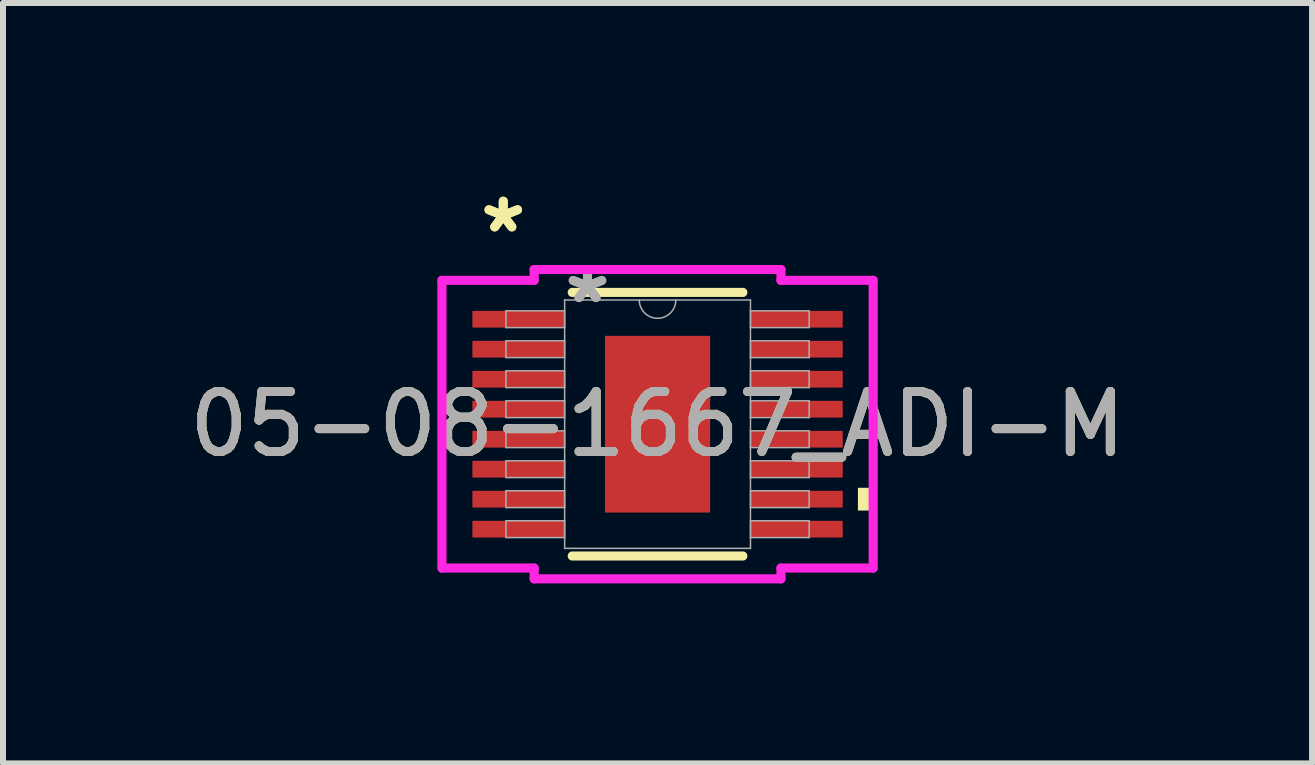
<source format=kicad_pcb>
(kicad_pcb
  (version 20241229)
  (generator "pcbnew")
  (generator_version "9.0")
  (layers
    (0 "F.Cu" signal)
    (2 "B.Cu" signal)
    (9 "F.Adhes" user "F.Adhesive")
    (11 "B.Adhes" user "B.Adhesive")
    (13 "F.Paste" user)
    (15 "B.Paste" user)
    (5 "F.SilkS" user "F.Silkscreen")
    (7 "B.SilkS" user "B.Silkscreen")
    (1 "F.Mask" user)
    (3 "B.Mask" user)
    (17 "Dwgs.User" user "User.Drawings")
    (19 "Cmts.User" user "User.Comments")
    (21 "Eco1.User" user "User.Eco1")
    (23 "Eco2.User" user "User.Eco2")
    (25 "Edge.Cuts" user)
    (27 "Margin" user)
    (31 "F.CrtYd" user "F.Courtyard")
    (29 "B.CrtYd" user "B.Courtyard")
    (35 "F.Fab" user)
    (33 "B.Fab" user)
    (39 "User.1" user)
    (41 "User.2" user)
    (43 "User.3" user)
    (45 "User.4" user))
  (footprint "05-08-1667_ADI-M"
    (layer "F.Cu")
    (at 7.911 4.021)
    (property "Reference" "05-08-1667_ADI-M" (at 0 0 0) (unlocked yes) (layer "F.SilkS") (effects (font (size 1 1) (thickness 0.15))))
    (attr smd)
    (fp_line (start -1.422 2.197) (end 1.422 2.197) (stroke (width 0.152) (type solid)) (layer "F.SilkS"))
    (fp_line (start 1.422 -2.197) (end -1.422 -2.197) (stroke (width 0.152) (type solid)) (layer "F.SilkS"))
    (fp_poly (pts (xy 3.594 1.06) (xy 3.594 1.44) (xy 3.34 1.44) (xy 3.34 1.06)) (stroke (width 0) (type solid)) (fill yes) (layer "F.SilkS"))
    (fp_poly (pts (xy -0.776 -1.373) (xy -0.776 -0.1) (xy 0.776 -0.1) (xy 0.776 -1.373)) (stroke (width 0) (type solid)) (fill yes) (layer "F.Paste"))
    (fp_poly (pts (xy -0.776 0.1) (xy -0.776 1.373) (xy 0.776 1.373) (xy 0.776 0.1)) (stroke (width 0) (type solid)) (fill yes) (layer "F.Paste"))
    (fp_line (start -3.594 -2.398) (end -2.057 -2.398) (stroke (width 0.152) (type solid)) (layer "F.CrtYd"))
    (fp_line (start -3.594 2.398) (end -3.594 -2.398) (stroke (width 0.152) (type solid)) (layer "F.CrtYd"))
    (fp_line (start -3.594 2.398) (end -2.057 2.398) (stroke (width 0.152) (type solid)) (layer "F.CrtYd"))
    (fp_line (start -2.057 -2.578) (end 2.057 -2.578) (stroke (width 0.152) (type solid)) (layer "F.CrtYd"))
    (fp_line (start -2.057 -2.398) (end -2.057 -2.578) (stroke (width 0.152) (type solid)) (layer "F.CrtYd"))
    (fp_line (start -2.057 2.578) (end -2.057 2.398) (stroke (width 0.152) (type solid)) (layer "F.CrtYd"))
    (fp_line (start 2.057 -2.578) (end 2.057 -2.398) (stroke (width 0.152) (type solid)) (layer "F.CrtYd"))
    (fp_line (start 2.057 2.398) (end 2.057 2.578) (stroke (width 0.152) (type solid)) (layer "F.CrtYd"))
    (fp_line (start 2.057 2.578) (end -2.057 2.578) (stroke (width 0.152) (type solid)) (layer "F.CrtYd"))
    (fp_line (start 3.594 -2.398) (end 2.057 -2.398) (stroke (width 0.152) (type solid)) (layer "F.CrtYd"))
    (fp_line (start 3.594 -2.398) (end 3.594 2.398) (stroke (width 0.152) (type solid)) (layer "F.CrtYd"))
    (fp_line (start 3.594 2.398) (end 2.057 2.398) (stroke (width 0.152) (type solid)) (layer "F.CrtYd"))
    (fp_line (start -2.527 -1.89) (end -2.527 -1.61) (stroke (width 0.025) (type solid)) (layer "F.Fab"))
    (fp_line (start -2.527 -1.61) (end -1.549 -1.61) (stroke (width 0.025) (type solid)) (layer "F.Fab"))
    (fp_line (start -2.527 -1.39) (end -2.527 -1.11) (stroke (width 0.025) (type solid)) (layer "F.Fab"))
    (fp_line (start -2.527 -1.11) (end -1.549 -1.11) (stroke (width 0.025) (type solid)) (layer "F.Fab"))
    (fp_line (start -2.527 -0.89) (end -2.527 -0.61) (stroke (width 0.025) (type solid)) (layer "F.Fab"))
    (fp_line (start -2.527 -0.61) (end -1.549 -0.61) (stroke (width 0.025) (type solid)) (layer "F.Fab"))
    (fp_line (start -2.527 -0.39) (end -2.527 -0.11) (stroke (width 0.025) (type solid)) (layer "F.Fab"))
    (fp_line (start -2.527 -0.11) (end -1.549 -0.11) (stroke (width 0.025) (type solid)) (layer "F.Fab"))
    (fp_line (start -2.527 0.11) (end -2.527 0.39) (stroke (width 0.025) (type solid)) (layer "F.Fab"))
    (fp_line (start -2.527 0.39) (end -1.549 0.39) (stroke (width 0.025) (type solid)) (layer "F.Fab"))
    (fp_line (start -2.527 0.61) (end -2.527 0.89) (stroke (width 0.025) (type solid)) (layer "F.Fab"))
    (fp_line (start -2.527 0.89) (end -1.549 0.89) (stroke (width 0.025) (type solid)) (layer "F.Fab"))
    (fp_line (start -2.527 1.11) (end -2.527 1.39) (stroke (width 0.025) (type solid)) (layer "F.Fab"))
    (fp_line (start -2.527 1.39) (end -1.549 1.39) (stroke (width 0.025) (type solid)) (layer "F.Fab"))
    (fp_line (start -2.527 1.61) (end -2.527 1.89) (stroke (width 0.025) (type solid)) (layer "F.Fab"))
    (fp_line (start -2.527 1.89) (end -1.549 1.89) (stroke (width 0.025) (type solid)) (layer "F.Fab"))
    (fp_line (start -1.549 -2.07) (end -1.549 2.07) (stroke (width 0.025) (type solid)) (layer "F.Fab"))
    (fp_line (start -1.549 -1.89) (end -2.527 -1.89) (stroke (width 0.025) (type solid)) (layer "F.Fab"))
    (fp_line (start -1.549 -1.61) (end -1.549 -1.89) (stroke (width 0.025) (type solid)) (layer "F.Fab"))
    (fp_line (start -1.549 -1.39) (end -2.527 -1.39) (stroke (width 0.025) (type solid)) (layer "F.Fab"))
    (fp_line (start -1.549 -1.11) (end -1.549 -1.39) (stroke (width 0.025) (type solid)) (layer "F.Fab"))
    (fp_line (start -1.549 -0.89) (end -2.527 -0.89) (stroke (width 0.025) (type solid)) (layer "F.Fab"))
    (fp_line (start -1.549 -0.61) (end -1.549 -0.89) (stroke (width 0.025) (type solid)) (layer "F.Fab"))
    (fp_line (start -1.549 -0.39) (end -2.527 -0.39) (stroke (width 0.025) (type solid)) (layer "F.Fab"))
    (fp_line (start -1.549 -0.11) (end -1.549 -0.39) (stroke (width 0.025) (type solid)) (layer "F.Fab"))
    (fp_line (start -1.549 0.11) (end -2.527 0.11) (stroke (width 0.025) (type solid)) (layer "F.Fab"))
    (fp_line (start -1.549 0.39) (end -1.549 0.11) (stroke (width 0.025) (type solid)) (layer "F.Fab"))
    (fp_line (start -1.549 0.61) (end -2.527 0.61) (stroke (width 0.025) (type solid)) (layer "F.Fab"))
    (fp_line (start -1.549 0.89) (end -1.549 0.61) (stroke (width 0.025) (type solid)) (layer "F.Fab"))
    (fp_line (start -1.549 1.11) (end -2.527 1.11) (stroke (width 0.025) (type solid)) (layer "F.Fab"))
    (fp_line (start -1.549 1.39) (end -1.549 1.11) (stroke (width 0.025) (type solid)) (layer "F.Fab"))
    (fp_line (start -1.549 1.61) (end -2.527 1.61) (stroke (width 0.025) (type solid)) (layer "F.Fab"))
    (fp_line (start -1.549 1.89) (end -1.549 1.61) (stroke (width 0.025) (type solid)) (layer "F.Fab"))
    (fp_line (start -1.549 2.07) (end 1.549 2.07) (stroke (width 0.025) (type solid)) (layer "F.Fab"))
    (fp_line (start 1.549 -2.07) (end -1.549 -2.07) (stroke (width 0.025) (type solid)) (layer "F.Fab"))
    (fp_line (start 1.549 -1.89) (end 1.549 -1.61) (stroke (width 0.025) (type solid)) (layer "F.Fab"))
    (fp_line (start 1.549 -1.61) (end 2.527 -1.61) (stroke (width 0.025) (type solid)) (layer "F.Fab"))
    (fp_line (start 1.549 -1.39) (end 1.549 -1.11) (stroke (width 0.025) (type solid)) (layer "F.Fab"))
    (fp_line (start 1.549 -1.11) (end 2.527 -1.11) (stroke (width 0.025) (type solid)) (layer "F.Fab"))
    (fp_line (start 1.549 -0.89) (end 1.549 -0.61) (stroke (width 0.025) (type solid)) (layer "F.Fab"))
    (fp_line (start 1.549 -0.61) (end 2.527 -0.61) (stroke (width 0.025) (type solid)) (layer "F.Fab"))
    (fp_line (start 1.549 -0.39) (end 1.549 -0.11) (stroke (width 0.025) (type solid)) (layer "F.Fab"))
    (fp_line (start 1.549 -0.11) (end 2.527 -0.11) (stroke (width 0.025) (type solid)) (layer "F.Fab"))
    (fp_line (start 1.549 0.11) (end 1.549 0.39) (stroke (width 0.025) (type solid)) (layer "F.Fab"))
    (fp_line (start 1.549 0.39) (end 2.527 0.39) (stroke (width 0.025) (type solid)) (layer "F.Fab"))
    (fp_line (start 1.549 0.61) (end 1.549 0.89) (stroke (width 0.025) (type solid)) (layer "F.Fab"))
    (fp_line (start 1.549 0.89) (end 2.527 0.89) (stroke (width 0.025) (type solid)) (layer "F.Fab"))
    (fp_line (start 1.549 1.11) (end 1.549 1.39) (stroke (width 0.025) (type solid)) (layer "F.Fab"))
    (fp_line (start 1.549 1.39) (end 2.527 1.39) (stroke (width 0.025) (type solid)) (layer "F.Fab"))
    (fp_line (start 1.549 1.61) (end 1.549 1.89) (stroke (width 0.025) (type solid)) (layer "F.Fab"))
    (fp_line (start 1.549 1.89) (end 2.527 1.89) (stroke (width 0.025) (type solid)) (layer "F.Fab"))
    (fp_line (start 1.549 2.07) (end 1.549 -2.07) (stroke (width 0.025) (type solid)) (layer "F.Fab"))
    (fp_line (start 2.527 -1.89) (end 1.549 -1.89) (stroke (width 0.025) (type solid)) (layer "F.Fab"))
    (fp_line (start 2.527 -1.61) (end 2.527 -1.89) (stroke (width 0.025) (type solid)) (layer "F.Fab"))
    (fp_line (start 2.527 -1.39) (end 1.549 -1.39) (stroke (width 0.025) (type solid)) (layer "F.Fab"))
    (fp_line (start 2.527 -1.11) (end 2.527 -1.39) (stroke (width 0.025) (type solid)) (layer "F.Fab"))
    (fp_line (start 2.527 -0.89) (end 1.549 -0.89) (stroke (width 0.025) (type solid)) (layer "F.Fab"))
    (fp_line (start 2.527 -0.61) (end 2.527 -0.89) (stroke (width 0.025) (type solid)) (layer "F.Fab"))
    (fp_line (start 2.527 -0.39) (end 1.549 -0.39) (stroke (width 0.025) (type solid)) (layer "F.Fab"))
    (fp_line (start 2.527 -0.11) (end 2.527 -0.39) (stroke (width 0.025) (type solid)) (layer "F.Fab"))
    (fp_line (start 2.527 0.11) (end 1.549 0.11) (stroke (width 0.025) (type solid)) (layer "F.Fab"))
    (fp_line (start 2.527 0.39) (end 2.527 0.11) (stroke (width 0.025) (type solid)) (layer "F.Fab"))
    (fp_line (start 2.527 0.61) (end 1.549 0.61) (stroke (width 0.025) (type solid)) (layer "F.Fab"))
    (fp_line (start 2.527 0.89) (end 2.527 0.61) (stroke (width 0.025) (type solid)) (layer "F.Fab"))
    (fp_line (start 2.527 1.11) (end 1.549 1.11) (stroke (width 0.025) (type solid)) (layer "F.Fab"))
    (fp_line (start 2.527 1.39) (end 2.527 1.11) (stroke (width 0.025) (type solid)) (layer "F.Fab"))
    (fp_line (start 2.527 1.61) (end 1.549 1.61) (stroke (width 0.025) (type solid)) (layer "F.Fab"))
    (fp_line (start 2.527 1.89) (end 2.527 1.61) (stroke (width 0.025) (type solid)) (layer "F.Fab"))
    (fp_arc (start 0.3048 -2.0701) (mid 0 -1.7653) (end -0.3048 -2.0701) (stroke (width 0.0254) (type solid)) (layer "F.Fab"))
    (fp_text user "*" (at -2.572 -3.172 0) (unlocked yes) (layer "F.SilkS") (effects (font (size 1 1) (thickness 0.15))))
    (fp_text user "*" (at -2.572 -3.172 0) (layer "F.SilkS") (effects (font (size 1 1) (thickness 0.15))))
    (fp_text user "${REFERENCE}" (at 0 0 0) (unlocked yes) (layer "F.Fab") (effects (font (size 1 1) (thickness 0.15))))
    (fp_text user "*" (at -1.168 -1.994 0) (layer "F.Fab") (effects (font (size 1 1) (thickness 0.15))))
    (fp_text user "*" (at -1.168 -1.994 0) (unlocked yes) (layer "F.Fab") (effects (font (size 1 1) (thickness 0.15))))
    (pad "1" smd rect (at -2.318 -1.75) (size 1.537 0.279) (layers "F.Cu" "F.Mask" "F.Paste"))
    (pad "2" smd rect (at -2.318 -1.25) (size 1.537 0.279) (layers "F.Cu" "F.Mask" "F.Paste"))
    (pad "3" smd rect (at -2.318 -0.75) (size 1.537 0.279) (layers "F.Cu" "F.Mask" "F.Paste"))
    (pad "4" smd rect (at -2.318 -0.25) (size 1.537 0.279) (layers "F.Cu" "F.Mask" "F.Paste"))
    (pad "5" smd rect (at -2.318 0.25) (size 1.537 0.279) (layers "F.Cu" "F.Mask" "F.Paste"))
    (pad "6" smd rect (at -2.318 0.75) (size 1.537 0.279) (layers "F.Cu" "F.Mask" "F.Paste"))
    (pad "7" smd rect (at -2.318 1.25) (size 1.537 0.279) (layers "F.Cu" "F.Mask" "F.Paste"))
    (pad "8" smd rect (at -2.318 1.75) (size 1.537 0.279) (layers "F.Cu" "F.Mask" "F.Paste"))
    (pad "9" smd rect (at 2.318 1.75) (size 1.537 0.279) (layers "F.Cu" "F.Mask" "F.Paste"))
    (pad "10" smd rect (at 2.318 1.25) (size 1.537 0.279) (layers "F.Cu" "F.Mask" "F.Paste"))
    (pad "11" smd rect (at 2.318 0.75) (size 1.537 0.279) (layers "F.Cu" "F.Mask" "F.Paste"))
    (pad "12" smd rect (at 2.318 0.25) (size 1.537 0.279) (layers "F.Cu" "F.Mask" "F.Paste"))
    (pad "13" smd rect (at 2.318 -0.25) (size 1.537 0.279) (layers "F.Cu" "F.Mask" "F.Paste"))
    (pad "14" smd rect (at 2.318 -0.75) (size 1.537 0.279) (layers "F.Cu" "F.Mask" "F.Paste"))
    (pad "15" smd rect (at 2.318 -1.25) (size 1.537 0.279) (layers "F.Cu" "F.Mask" "F.Paste"))
    (pad "16" smd rect (at 2.318 -1.75) (size 1.537 0.279) (layers "F.Cu" "F.Mask" "F.Paste"))
    (pad "17" smd rect (at 0 0) (size 1.753 2.946) (layers "F.Cu" "F.Mask")))
  (gr_rect
    (start -3 -3)
    (end 18.821 9.675)
    (stroke (width 0.1) (type default))
    (fill no)
    (layer "Edge.Cuts")))
</source>
